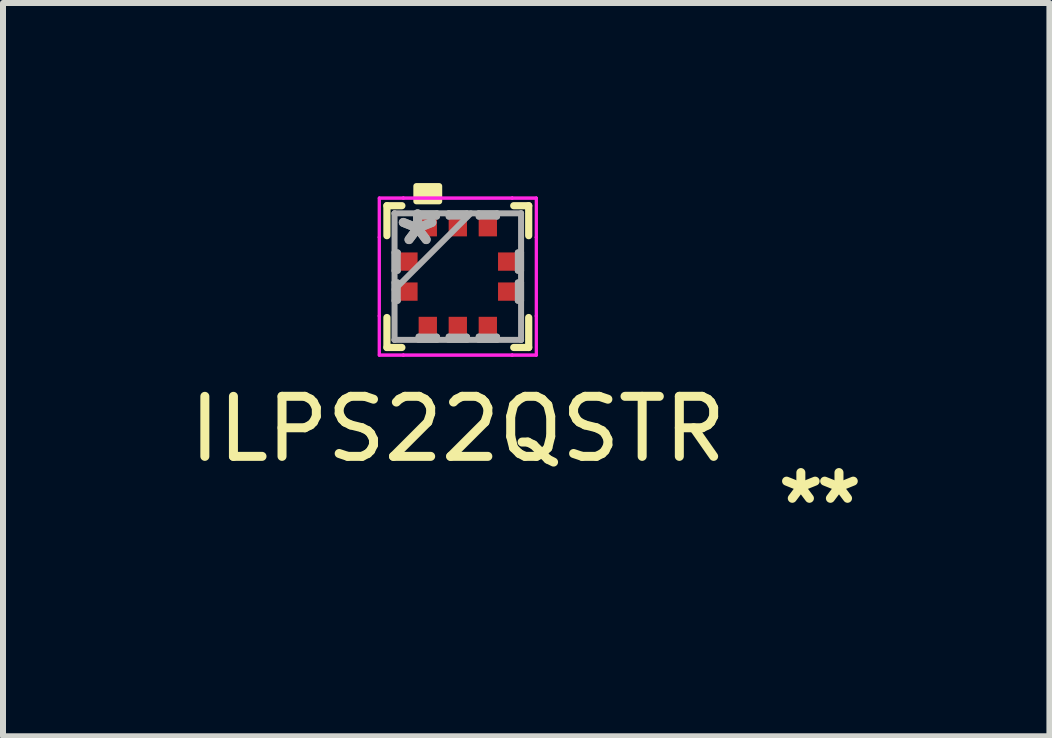
<source format=kicad_pcb>
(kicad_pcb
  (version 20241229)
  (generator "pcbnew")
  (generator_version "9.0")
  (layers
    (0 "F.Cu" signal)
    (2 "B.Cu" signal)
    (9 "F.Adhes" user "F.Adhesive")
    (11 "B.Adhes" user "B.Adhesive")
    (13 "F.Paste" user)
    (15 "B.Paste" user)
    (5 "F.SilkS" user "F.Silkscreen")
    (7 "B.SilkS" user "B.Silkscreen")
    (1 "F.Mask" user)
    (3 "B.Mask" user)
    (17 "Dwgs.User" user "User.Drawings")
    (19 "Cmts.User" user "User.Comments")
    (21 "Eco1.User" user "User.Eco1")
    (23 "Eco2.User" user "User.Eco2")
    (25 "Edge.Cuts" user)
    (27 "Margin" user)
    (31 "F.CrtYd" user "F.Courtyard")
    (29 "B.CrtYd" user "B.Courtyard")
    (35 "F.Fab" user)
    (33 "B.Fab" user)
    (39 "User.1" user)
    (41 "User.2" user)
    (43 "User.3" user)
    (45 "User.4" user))
  (footprint "ILPS22QSTR"
    (layer "F.Cu")
    (at 4.577 1.558)
    (property "Reference" "ILPS22QSTR" (at 0 2.54 0) (layer "F.SilkS") (effects (font (size 1 1) (thickness 0.15))))
    (attr through_hole)
    (fp_line (start -1.181 -1.181) (end -1.181 -0.682) (stroke (width 0.12) (type solid)) (layer "F.SilkS"))
    (fp_line (start -1.181 0.682) (end -1.181 1.181) (stroke (width 0.12) (type solid)) (layer "F.SilkS"))
    (fp_line (start -1.181 1.181) (end -0.932 1.181) (stroke (width 0.12) (type solid)) (layer "F.SilkS"))
    (fp_line (start -0.932 -1.181) (end -1.181 -1.181) (stroke (width 0.12) (type solid)) (layer "F.SilkS"))
    (fp_line (start 0.932 1.181) (end 1.181 1.181) (stroke (width 0.12) (type solid)) (layer "F.SilkS"))
    (fp_line (start 1.181 -1.181) (end 0.932 -1.181) (stroke (width 0.12) (type solid)) (layer "F.SilkS"))
    (fp_line (start 1.181 -0.682) (end 1.181 -1.181) (stroke (width 0.12) (type solid)) (layer "F.SilkS"))
    (fp_line (start 1.181 1.181) (end 1.181 0.682) (stroke (width 0.12) (type solid)) (layer "F.SilkS"))
    (fp_poly (pts (xy -0.691 -1.254) (xy -0.691 -1.508) (xy -0.31 -1.508) (xy -0.31 -1.254)) (stroke (width 0.1) (type solid)) (fill yes) (layer "F.SilkS"))
    (fp_line (start -1.308 -1.308) (end -0.907 -1.308) (stroke (width 0.05) (type solid)) (layer "F.CrtYd"))
    (fp_line (start -1.308 -1.308) (end -0.907 -1.308) (stroke (width 0.05) (type solid)) (layer "F.CrtYd"))
    (fp_line (start -1.308 -0.656) (end -1.308 -1.308) (stroke (width 0.05) (type solid)) (layer "F.CrtYd"))
    (fp_line (start -1.308 -0.656) (end -1.308 -1.308) (stroke (width 0.05) (type solid)) (layer "F.CrtYd"))
    (fp_line (start -1.308 -0.656) (end -1.308 -0.656) (stroke (width 0.05) (type solid)) (layer "F.CrtYd"))
    (fp_line (start -1.308 -0.656) (end -1.308 -0.656) (stroke (width 0.05) (type solid)) (layer "F.CrtYd"))
    (fp_line (start -1.308 0.656) (end -1.308 -0.656) (stroke (width 0.05) (type solid)) (layer "F.CrtYd"))
    (fp_line (start -1.308 0.656) (end -1.308 -0.656) (stroke (width 0.05) (type solid)) (layer "F.CrtYd"))
    (fp_line (start -1.308 0.656) (end -1.308 0.656) (stroke (width 0.05) (type solid)) (layer "F.CrtYd"))
    (fp_line (start -1.308 0.656) (end -1.308 0.656) (stroke (width 0.05) (type solid)) (layer "F.CrtYd"))
    (fp_line (start -1.308 1.308) (end -1.308 0.656) (stroke (width 0.05) (type solid)) (layer "F.CrtYd"))
    (fp_line (start -1.308 1.308) (end -1.308 0.656) (stroke (width 0.05) (type solid)) (layer "F.CrtYd"))
    (fp_line (start -0.907 -1.308) (end -0.907 -1.308) (stroke (width 0.05) (type solid)) (layer "F.CrtYd"))
    (fp_line (start -0.907 -1.308) (end -0.907 -1.308) (stroke (width 0.05) (type solid)) (layer "F.CrtYd"))
    (fp_line (start -0.907 -1.308) (end 0.907 -1.308) (stroke (width 0.05) (type solid)) (layer "F.CrtYd"))
    (fp_line (start -0.907 -1.308) (end 0.907 -1.308) (stroke (width 0.05) (type solid)) (layer "F.CrtYd"))
    (fp_line (start -0.907 1.308) (end -1.308 1.308) (stroke (width 0.05) (type solid)) (layer "F.CrtYd"))
    (fp_line (start -0.907 1.308) (end -1.308 1.308) (stroke (width 0.05) (type solid)) (layer "F.CrtYd"))
    (fp_line (start -0.907 1.308) (end -0.907 1.308) (stroke (width 0.05) (type solid)) (layer "F.CrtYd"))
    (fp_line (start -0.907 1.308) (end -0.907 1.308) (stroke (width 0.05) (type solid)) (layer "F.CrtYd"))
    (fp_line (start 0.907 -1.308) (end 0.907 -1.308) (stroke (width 0.05) (type solid)) (layer "F.CrtYd"))
    (fp_line (start 0.907 -1.308) (end 0.907 -1.308) (stroke (width 0.05) (type solid)) (layer "F.CrtYd"))
    (fp_line (start 0.907 -1.308) (end 1.308 -1.308) (stroke (width 0.05) (type solid)) (layer "F.CrtYd"))
    (fp_line (start 0.907 -1.308) (end 1.308 -1.308) (stroke (width 0.05) (type solid)) (layer "F.CrtYd"))
    (fp_line (start 0.907 1.308) (end -0.907 1.308) (stroke (width 0.05) (type solid)) (layer "F.CrtYd"))
    (fp_line (start 0.907 1.308) (end -0.907 1.308) (stroke (width 0.05) (type solid)) (layer "F.CrtYd"))
    (fp_line (start 0.907 1.308) (end 0.907 1.308) (stroke (width 0.05) (type solid)) (layer "F.CrtYd"))
    (fp_line (start 0.907 1.308) (end 0.907 1.308) (stroke (width 0.05) (type solid)) (layer "F.CrtYd"))
    (fp_line (start 1.308 -1.308) (end 1.308 -0.656) (stroke (width 0.05) (type solid)) (layer "F.CrtYd"))
    (fp_line (start 1.308 -1.308) (end 1.308 -0.656) (stroke (width 0.05) (type solid)) (layer "F.CrtYd"))
    (fp_line (start 1.308 -0.656) (end 1.308 -0.656) (stroke (width 0.05) (type solid)) (layer "F.CrtYd"))
    (fp_line (start 1.308 -0.656) (end 1.308 -0.656) (stroke (width 0.05) (type solid)) (layer "F.CrtYd"))
    (fp_line (start 1.308 -0.656) (end 1.308 0.656) (stroke (width 0.05) (type solid)) (layer "F.CrtYd"))
    (fp_line (start 1.308 -0.656) (end 1.308 0.656) (stroke (width 0.05) (type solid)) (layer "F.CrtYd"))
    (fp_line (start 1.308 0.656) (end 1.308 0.656) (stroke (width 0.05) (type solid)) (layer "F.CrtYd"))
    (fp_line (start 1.308 0.656) (end 1.308 0.656) (stroke (width 0.05) (type solid)) (layer "F.CrtYd"))
    (fp_line (start 1.308 0.656) (end 1.308 1.308) (stroke (width 0.05) (type solid)) (layer "F.CrtYd"))
    (fp_line (start 1.308 0.656) (end 1.308 1.308) (stroke (width 0.05) (type solid)) (layer "F.CrtYd"))
    (fp_line (start 1.308 1.308) (end 0.907 1.308) (stroke (width 0.05) (type solid)) (layer "F.CrtYd"))
    (fp_line (start 1.308 1.308) (end 0.907 1.308) (stroke (width 0.05) (type solid)) (layer "F.CrtYd"))
    (fp_line (start -1.054 -1.054) (end -1.054 -1.054) (stroke (width 0.1) (type solid)) (layer "F.Fab"))
    (fp_line (start -1.054 -1.054) (end -1.054 1.054) (stroke (width 0.1) (type solid)) (layer "F.Fab"))
    (fp_line (start -1.054 -0.402) (end -1 -0.402) (stroke (width 0.1) (type solid)) (layer "F.Fab"))
    (fp_line (start -1.054 -0.098) (end -1.054 -0.402) (stroke (width 0.1) (type solid)) (layer "F.Fab"))
    (fp_line (start -1.054 0.098) (end -1 0.098) (stroke (width 0.1) (type solid)) (layer "F.Fab"))
    (fp_line (start -1.054 0.216) (end 0.216 -1.054) (stroke (width 0.1) (type solid)) (layer "F.Fab"))
    (fp_line (start -1.054 0.402) (end -1.054 0.098) (stroke (width 0.1) (type solid)) (layer "F.Fab"))
    (fp_line (start -1.054 1.054) (end -1.054 1.054) (stroke (width 0.1) (type solid)) (layer "F.Fab"))
    (fp_line (start -1.054 1.054) (end 1.054 1.054) (stroke (width 0.1) (type solid)) (layer "F.Fab"))
    (fp_line (start -1 -0.402) (end -1 -0.098) (stroke (width 0.1) (type solid)) (layer "F.Fab"))
    (fp_line (start -1 -0.098) (end -1.054 -0.098) (stroke (width 0.1) (type solid)) (layer "F.Fab"))
    (fp_line (start -1 0.098) (end -1 0.402) (stroke (width 0.1) (type solid)) (layer "F.Fab"))
    (fp_line (start -1 0.402) (end -1.054 0.402) (stroke (width 0.1) (type solid)) (layer "F.Fab"))
    (fp_line (start -0.653 -1.054) (end -0.348 -1.054) (stroke (width 0.1) (type solid)) (layer "F.Fab"))
    (fp_line (start -0.653 -1) (end -0.653 -1.054) (stroke (width 0.1) (type solid)) (layer "F.Fab"))
    (fp_line (start -0.653 1) (end -0.348 1) (stroke (width 0.1) (type solid)) (layer "F.Fab"))
    (fp_line (start -0.653 1.054) (end -0.653 1) (stroke (width 0.1) (type solid)) (layer "F.Fab"))
    (fp_line (start -0.348 -1.054) (end -0.348 -1) (stroke (width 0.1) (type solid)) (layer "F.Fab"))
    (fp_line (start -0.348 -1) (end -0.653 -1) (stroke (width 0.1) (type solid)) (layer "F.Fab"))
    (fp_line (start -0.348 1) (end -0.348 1.054) (stroke (width 0.1) (type solid)) (layer "F.Fab"))
    (fp_line (start -0.348 1.054) (end -0.653 1.054) (stroke (width 0.1) (type solid)) (layer "F.Fab"))
    (fp_line (start -0.152 -1.054) (end 0.152 -1.054) (stroke (width 0.1) (type solid)) (layer "F.Fab"))
    (fp_line (start -0.152 -1) (end -0.152 -1.054) (stroke (width 0.1) (type solid)) (layer "F.Fab"))
    (fp_line (start -0.152 1) (end 0.152 1) (stroke (width 0.1) (type solid)) (layer "F.Fab"))
    (fp_line (start -0.152 1.054) (end -0.152 1) (stroke (width 0.1) (type solid)) (layer "F.Fab"))
    (fp_line (start 0.152 -1.054) (end 0.152 -1) (stroke (width 0.1) (type solid)) (layer "F.Fab"))
    (fp_line (start 0.152 -1) (end -0.152 -1) (stroke (width 0.1) (type solid)) (layer "F.Fab"))
    (fp_line (start 0.152 1) (end 0.152 1.054) (stroke (width 0.1) (type solid)) (layer "F.Fab"))
    (fp_line (start 0.152 1.054) (end -0.152 1.054) (stroke (width 0.1) (type solid)) (layer "F.Fab"))
    (fp_line (start 0.348 -1.054) (end 0.653 -1.054) (stroke (width 0.1) (type solid)) (layer "F.Fab"))
    (fp_line (start 0.348 -1) (end 0.348 -1.054) (stroke (width 0.1) (type solid)) (layer "F.Fab"))
    (fp_line (start 0.348 1) (end 0.653 1) (stroke (width 0.1) (type solid)) (layer "F.Fab"))
    (fp_line (start 0.348 1.054) (end 0.348 1) (stroke (width 0.1) (type solid)) (layer "F.Fab"))
    (fp_line (start 0.653 -1.054) (end 0.653 -1) (stroke (width 0.1) (type solid)) (layer "F.Fab"))
    (fp_line (start 0.653 -1) (end 0.348 -1) (stroke (width 0.1) (type solid)) (layer "F.Fab"))
    (fp_line (start 0.653 1) (end 0.653 1.054) (stroke (width 0.1) (type solid)) (layer "F.Fab"))
    (fp_line (start 0.653 1.054) (end 0.348 1.054) (stroke (width 0.1) (type solid)) (layer "F.Fab"))
    (fp_line (start 1 -0.402) (end 1.054 -0.402) (stroke (width 0.1) (type solid)) (layer "F.Fab"))
    (fp_line (start 1 -0.098) (end 1 -0.402) (stroke (width 0.1) (type solid)) (layer "F.Fab"))
    (fp_line (start 1 0.098) (end 1.054 0.098) (stroke (width 0.1) (type solid)) (layer "F.Fab"))
    (fp_line (start 1 0.402) (end 1 0.098) (stroke (width 0.1) (type solid)) (layer "F.Fab"))
    (fp_line (start 1.054 -1.054) (end -1.054 -1.054) (stroke (width 0.1) (type solid)) (layer "F.Fab"))
    (fp_line (start 1.054 -1.054) (end 1.054 -1.054) (stroke (width 0.1) (type solid)) (layer "F.Fab"))
    (fp_line (start 1.054 -0.402) (end 1.054 -0.098) (stroke (width 0.1) (type solid)) (layer "F.Fab"))
    (fp_line (start 1.054 -0.098) (end 1 -0.098) (stroke (width 0.1) (type solid)) (layer "F.Fab"))
    (fp_line (start 1.054 0.098) (end 1.054 0.402) (stroke (width 0.1) (type solid)) (layer "F.Fab"))
    (fp_line (start 1.054 0.402) (end 1 0.402) (stroke (width 0.1) (type solid)) (layer "F.Fab"))
    (fp_line (start 1.054 1.054) (end 1.054 -1.054) (stroke (width 0.1) (type solid)) (layer "F.Fab"))
    (fp_line (start 1.054 1.054) (end 1.054 1.054) (stroke (width 0.1) (type solid)) (layer "F.Fab"))
    (fp_text user "*" (at 5.715 3.81 0) (layer "F.SilkS") (effects (font (size 1 1) (thickness 0.15))))
    (fp_text user "*" (at 6.35 3.81 0) (layer "F.SilkS") (effects (font (size 1 1) (thickness 0.15))))
    (fp_text user "*" (at -0.67 -0.5 0) (layer "F.Fab") (effects (font (size 1 1) (thickness 0.15))))
    (fp_text user "*" (at -0.67 -0.5 0) (layer "F.Fab") (effects (font (size 1 1) (thickness 0.15))))
    (pad "1" smd rect (at -0.835 -0.25 90) (size 0.305 0.33) (layers "F.Cu" "F.Mask" "F.Paste"))
    (pad "2" smd rect (at -0.835 0.25 90) (size 0.305 0.33) (layers "F.Cu" "F.Mask" "F.Paste"))
    (pad "3" smd rect (at -0.5 0.835) (size 0.305 0.33) (layers "F.Cu" "F.Mask" "F.Paste"))
    (pad "4" smd rect (at 0 0.835) (size 0.305 0.33) (layers "F.Cu" "F.Mask" "F.Paste"))
    (pad "5" smd rect (at 0.5 0.835) (size 0.305 0.33) (layers "F.Cu" "F.Mask" "F.Paste"))
    (pad "6" smd rect (at 0.835 0.25 90) (size 0.305 0.33) (layers "F.Cu" "F.Mask" "F.Paste"))
    (pad "7" smd rect (at 0.835 -0.25 90) (size 0.305 0.33) (layers "F.Cu" "F.Mask" "F.Paste"))
    (pad "8" smd rect (at 0.5 -0.835) (size 0.305 0.33) (layers "F.Cu" "F.Mask" "F.Paste"))
    (pad "9" smd rect (at 0 -0.835) (size 0.305 0.33) (layers "F.Cu" "F.Mask" "F.Paste"))
    (pad "10" smd rect (at -0.5 -0.835) (size 0.305 0.33) (layers "F.Cu" "F.Mask" "F.Paste")))
  (gr_rect
    (start -3 -3)
    (end 14.433 9.216)
    (stroke (width 0.1) (type default))
    (fill no)
    (layer "Edge.Cuts")))
</source>
